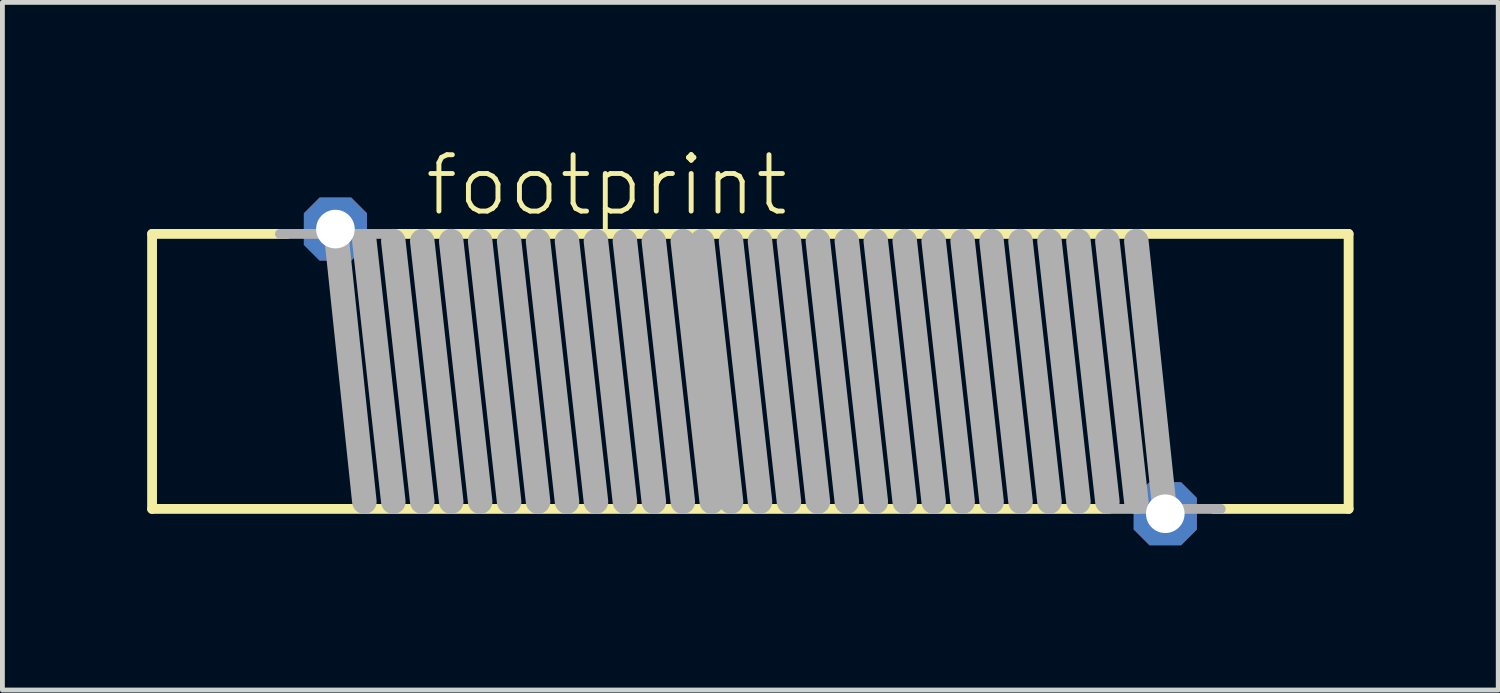
<source format=kicad_pcb>
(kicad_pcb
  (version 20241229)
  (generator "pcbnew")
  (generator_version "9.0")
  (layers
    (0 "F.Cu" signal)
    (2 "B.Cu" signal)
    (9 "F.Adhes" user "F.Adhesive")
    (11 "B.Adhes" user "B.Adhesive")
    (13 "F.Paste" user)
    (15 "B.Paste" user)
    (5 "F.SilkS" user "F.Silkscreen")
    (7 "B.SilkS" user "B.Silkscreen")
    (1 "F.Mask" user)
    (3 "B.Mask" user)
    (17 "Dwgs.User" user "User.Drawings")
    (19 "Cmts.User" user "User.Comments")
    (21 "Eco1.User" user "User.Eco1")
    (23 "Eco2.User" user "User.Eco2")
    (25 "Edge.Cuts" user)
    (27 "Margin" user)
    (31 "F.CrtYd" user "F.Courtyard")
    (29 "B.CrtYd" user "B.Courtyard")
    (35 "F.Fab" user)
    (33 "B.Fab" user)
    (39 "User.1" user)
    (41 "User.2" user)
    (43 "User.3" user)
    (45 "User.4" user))
  (footprint "footprint"
    (layer "F.Cu")
    (at 12.502 4.648)
    (property "Reference" "footprint" (at -6.8 -3.175 0) (layer "F.SilkS") (effects (font (size 1.168 1.168) (thickness 0.102)) (justify left bottom)))
    (fp_line (start -12.4 -2.85) (end -9.6 -2.85) (stroke (width 0.203) (type solid)) (layer "F.SilkS"))
    (fp_line (start -12.4 2.85) (end -12.4 -2.85) (stroke (width 0.203) (type solid)) (layer "F.SilkS"))
    (fp_line (start -7.4 -2.85) (end 12.4 -2.85) (stroke (width 0.203) (type solid)) (layer "F.SilkS"))
    (fp_line (start 7.4 2.85) (end -12.4 2.85) (stroke (width 0.203) (type solid)) (layer "F.SilkS"))
    (fp_line (start 12.4 -2.85) (end 12.4 2.85) (stroke (width 0.203) (type solid)) (layer "F.SilkS"))
    (fp_line (start 12.4 2.85) (end 9.6 2.85) (stroke (width 0.203) (type solid)) (layer "F.SilkS"))
    (fp_line (start -9.75 -2.85) (end -7.4 -2.85) (stroke (width 0.203) (type solid)) (layer "F.Fab"))
    (fp_line (start -8 2.7) (end -8.6 -3) (stroke (width 0.508) (type solid)) (layer "F.Fab"))
    (fp_line (start -7.4 2.7) (end -8 -2.7) (stroke (width 0.508) (type solid)) (layer "F.Fab"))
    (fp_line (start -6.8 2.7) (end -7.4 -2.7) (stroke (width 0.508) (type solid)) (layer "F.Fab"))
    (fp_line (start -6.2 2.7) (end -6.8 -2.7) (stroke (width 0.508) (type solid)) (layer "F.Fab"))
    (fp_line (start -5.6 2.7) (end -6.2 -2.7) (stroke (width 0.508) (type solid)) (layer "F.Fab"))
    (fp_line (start -5 2.7) (end -5.6 -2.7) (stroke (width 0.508) (type solid)) (layer "F.Fab"))
    (fp_line (start -4.4 2.7) (end -5 -2.7) (stroke (width 0.508) (type solid)) (layer "F.Fab"))
    (fp_line (start -3.8 2.7) (end -4.4 -2.7) (stroke (width 0.508) (type solid)) (layer "F.Fab"))
    (fp_line (start -3.2 2.7) (end -3.8 -2.7) (stroke (width 0.508) (type solid)) (layer "F.Fab"))
    (fp_line (start -2.6 2.7) (end -3.2 -2.7) (stroke (width 0.508) (type solid)) (layer "F.Fab"))
    (fp_line (start -2 2.7) (end -2.6 -2.7) (stroke (width 0.508) (type solid)) (layer "F.Fab"))
    (fp_line (start -1.4 2.7) (end -2 -2.7) (stroke (width 0.508) (type solid)) (layer "F.Fab"))
    (fp_line (start -0.8 2.7) (end -1.4 -2.7) (stroke (width 0.508) (type solid)) (layer "F.Fab"))
    (fp_line (start -0.4 2.7) (end -1 -2.7) (stroke (width 0.508) (type solid)) (layer "F.Fab"))
    (fp_line (start 0.2 2.7) (end -0.4 -2.7) (stroke (width 0.508) (type solid)) (layer "F.Fab"))
    (fp_line (start 0.8 2.7) (end 0.2 -2.7) (stroke (width 0.508) (type solid)) (layer "F.Fab"))
    (fp_line (start 1.4 2.7) (end 0.8 -2.7) (stroke (width 0.508) (type solid)) (layer "F.Fab"))
    (fp_line (start 2 2.7) (end 1.4 -2.7) (stroke (width 0.508) (type solid)) (layer "F.Fab"))
    (fp_line (start 2.6 2.7) (end 2 -2.7) (stroke (width 0.508) (type solid)) (layer "F.Fab"))
    (fp_line (start 3.2 2.7) (end 2.6 -2.7) (stroke (width 0.508) (type solid)) (layer "F.Fab"))
    (fp_line (start 3.8 2.7) (end 3.2 -2.7) (stroke (width 0.508) (type solid)) (layer "F.Fab"))
    (fp_line (start 4.4 2.7) (end 3.8 -2.7) (stroke (width 0.508) (type solid)) (layer "F.Fab"))
    (fp_line (start 5 2.7) (end 4.4 -2.7) (stroke (width 0.508) (type solid)) (layer "F.Fab"))
    (fp_line (start 5.6 2.7) (end 5 -2.7) (stroke (width 0.508) (type solid)) (layer "F.Fab"))
    (fp_line (start 6.2 2.7) (end 5.6 -2.7) (stroke (width 0.508) (type solid)) (layer "F.Fab"))
    (fp_line (start 6.8 2.7) (end 6.2 -2.7) (stroke (width 0.508) (type solid)) (layer "F.Fab"))
    (fp_line (start 7.4 2.7) (end 6.8 -2.7) (stroke (width 0.508) (type solid)) (layer "F.Fab"))
    (fp_line (start 8 2.7) (end 7.4 -2.7) (stroke (width 0.508) (type solid)) (layer "F.Fab"))
    (fp_line (start 8.6 3) (end 8 -2.7) (stroke (width 0.508) (type solid)) (layer "F.Fab"))
    (fp_line (start 9.75 2.85) (end 7.4 2.85) (stroke (width 0.203) (type solid)) (layer "F.Fab"))
    (pad "1" thru_hole roundrect (at 8.6 2.95) (size 1.308 1.308) (drill 0.8) (layers "*.Cu" "*.Mask") (roundrect_rratio 0.25) (chamfer_ratio 0.25) (chamfer top_left top_right bottom_left bottom_right))
    (pad "2" thru_hole roundrect (at -8.6 -2.95) (size 1.308 1.308) (drill 0.8) (layers "*.Cu" "*.Mask") (roundrect_rratio 0.25) (chamfer_ratio 0.25) (chamfer top_left top_right bottom_left bottom_right)))
  (gr_rect
    (start -3 -3)
    (end 28.003 11.252)
    (stroke (width 0.1) (type default))
    (fill no)
    (layer "Edge.Cuts")))
</source>
